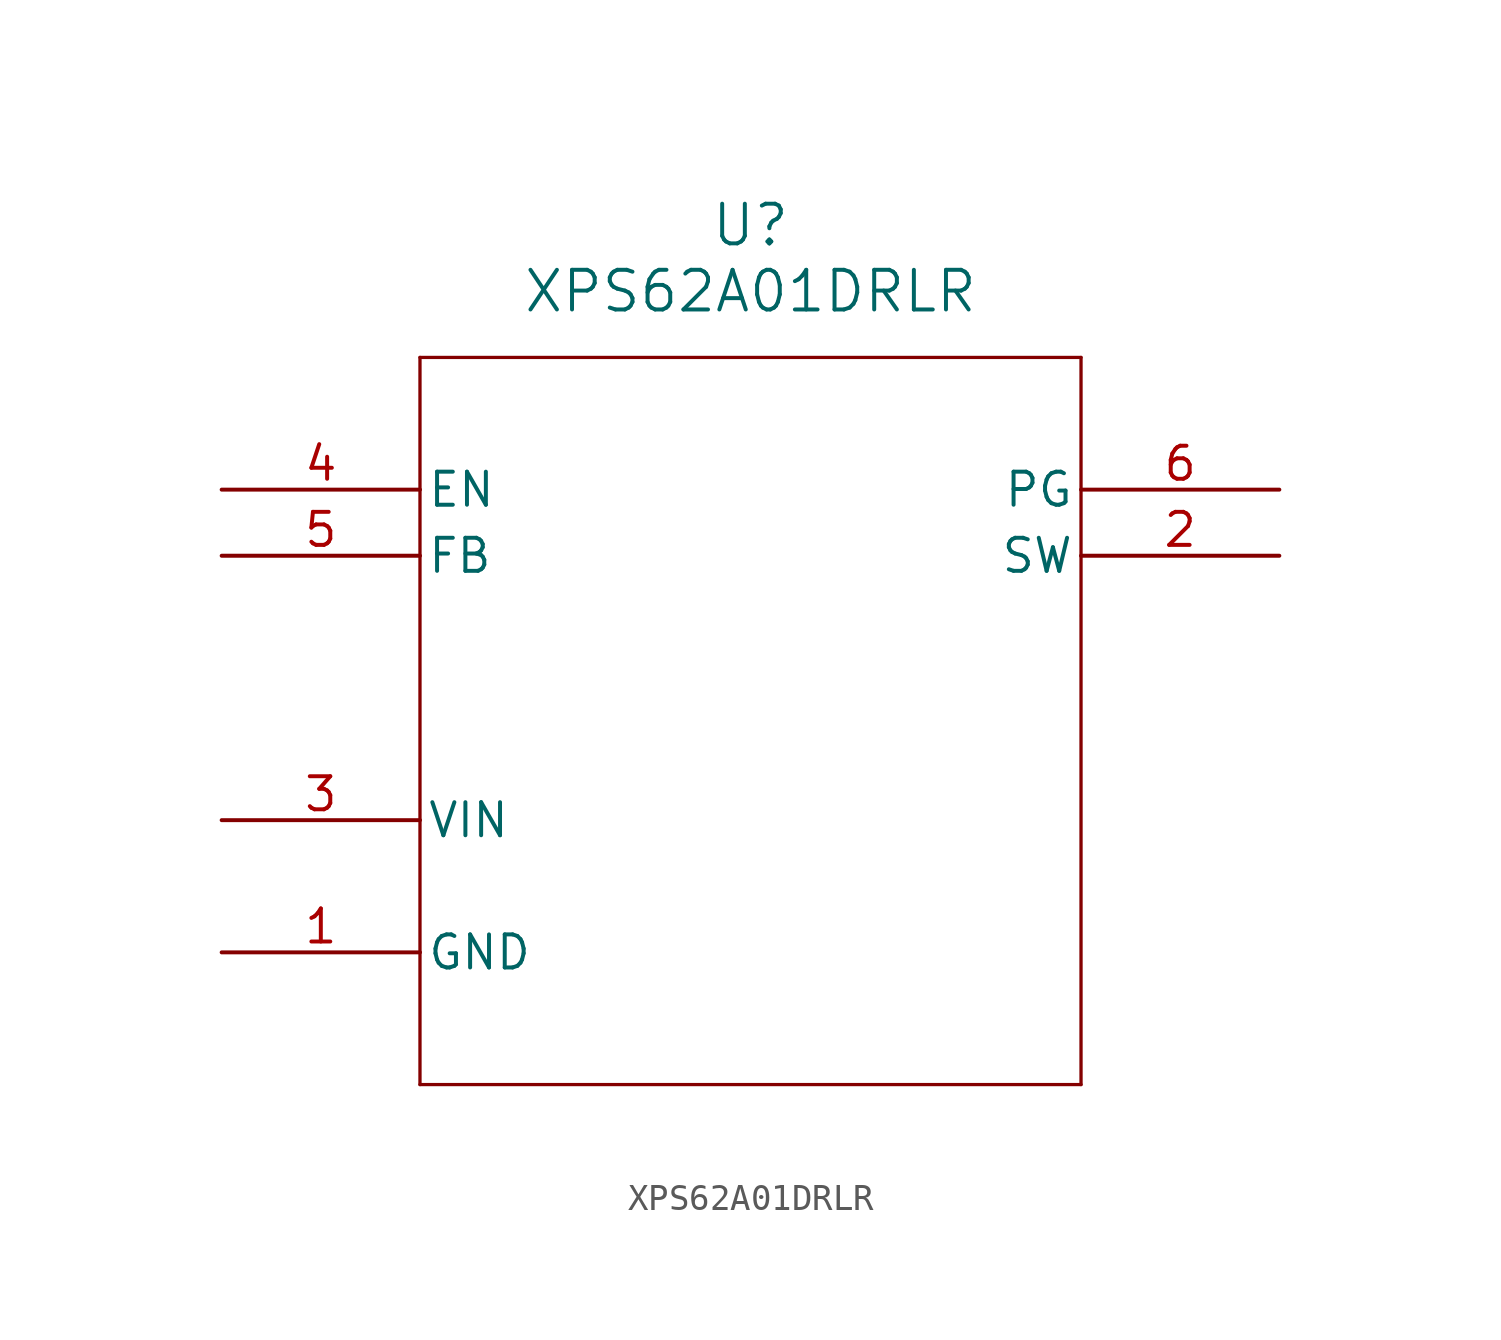
<source format=kicad_sym>
(kicad_symbol_lib
  (version 20211014)
  (generator kicad_symbol_editor)
  (symbol "XPS62A01DRLR"
    (pin_names
      (offset 0.254))
    (property "Reference" "U"
      (at 20.32 10.16 0)
      (effects (font (size 1.524 1.524))))
    (property "Value" "XPS62A01DRLR"
      (at 20.32 7.62 0)
      (effects (font (size 1.524 1.524))))
    (property "ki_locked" ""
      (at 0 0 0)
      (effects (font (size 1.27 1.27))))
    (symbol "XPS62A01DRLR_0_1"
      (polyline (pts (xy 7.62 -22.86) (xy 33.02 -22.86)) (stroke (width 0.127) (type default) (color 0 0 0 0)) (fill (type none)))
      (polyline (pts (xy 7.62 5.08) (xy 7.62 -22.86)) (stroke (width 0.127) (type default) (color 0 0 0 0)) (fill (type none)))
      (polyline (pts (xy 33.02 -22.86) (xy 33.02 5.08)) (stroke (width 0.127) (type default) (color 0 0 0 0)) (fill (type none)))
      (polyline (pts (xy 33.02 5.08) (xy 7.62 5.08)) (stroke (width 0.127) (type default) (color 0 0 0 0)) (fill (type none)))
      (pin power_out line (at 0 -17.78 0) (length 7.62) (name "GND" (effects (font (size 1.27 1.27)))) (number "1" (effects (font (size 1.27 1.27)))))
      (pin output line (at 40.64 -2.54 180) (length 7.62) (name "SW" (effects (font (size 1.27 1.27)))) (number "2" (effects (font (size 1.27 1.27)))))
      (pin power_in line (at 0 -12.7 0) (length 7.62) (name "VIN" (effects (font (size 1.27 1.27)))) (number "3" (effects (font (size 1.27 1.27)))))
      (pin input line (at 0 0 0) (length 7.62) (name "EN" (effects (font (size 1.27 1.27)))) (number "4" (effects (font (size 1.27 1.27)))))
      (pin input line (at 0 -2.54 0) (length 7.62) (name "FB" (effects (font (size 1.27 1.27)))) (number "5" (effects (font (size 1.27 1.27)))))
      (pin output line (at 40.64 0 180) (length 7.62) (name "PG" (effects (font (size 1.27 1.27)))) (number "6" (effects (font (size 1.27 1.27))))))))
</source>
